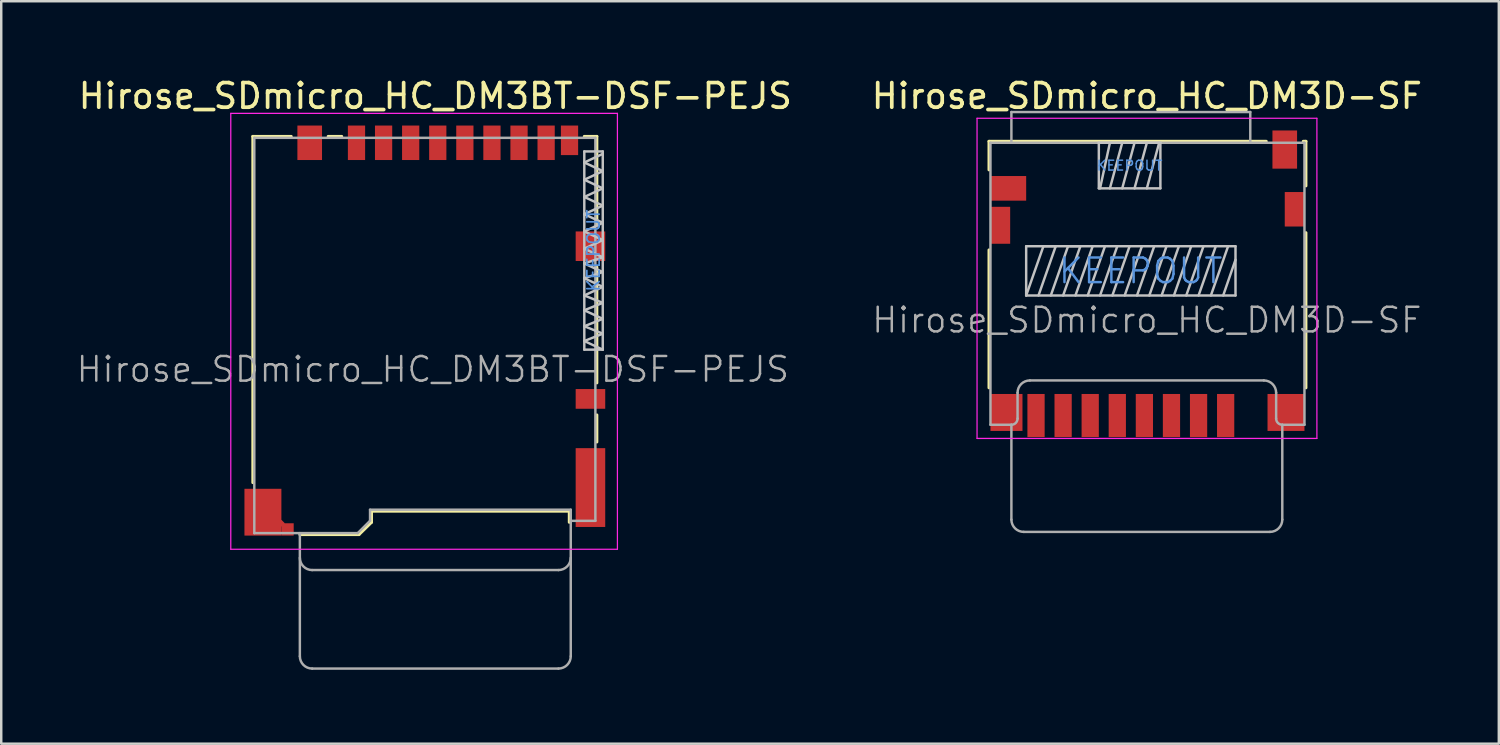
<source format=kicad_pcb>
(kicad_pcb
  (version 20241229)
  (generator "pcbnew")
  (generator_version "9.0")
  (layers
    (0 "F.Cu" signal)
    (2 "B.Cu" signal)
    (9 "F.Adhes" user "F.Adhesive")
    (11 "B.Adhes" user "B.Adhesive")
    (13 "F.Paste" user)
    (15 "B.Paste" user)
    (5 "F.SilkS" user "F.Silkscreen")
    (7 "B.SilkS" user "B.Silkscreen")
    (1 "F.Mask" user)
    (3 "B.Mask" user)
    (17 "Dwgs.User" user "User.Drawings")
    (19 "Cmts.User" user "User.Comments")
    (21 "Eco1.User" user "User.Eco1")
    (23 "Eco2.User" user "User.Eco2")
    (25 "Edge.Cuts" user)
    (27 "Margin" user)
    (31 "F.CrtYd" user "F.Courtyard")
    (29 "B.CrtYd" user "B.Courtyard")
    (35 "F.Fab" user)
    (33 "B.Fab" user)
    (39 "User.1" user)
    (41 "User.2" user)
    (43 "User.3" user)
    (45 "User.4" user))
  (footprint "Hirose_SDmicro_HC_DM3D-SF"
    (layer "F.Cu")
    (at 43.544 8.473)
    (property "Reference" "Hirose_SDmicro_HC_DM3D-SF" (at -0.025 -7.625 0) (layer "F.SilkS") (effects (font (size 1 1) (thickness 0.15))))
    (attr smd)
    (fp_line (start -6.435 -5.785) (end 4.825 -5.785) (stroke (width 0.12) (type solid)) (layer "F.SilkS"))
    (fp_line (start -6.435 -4.625) (end -6.435 -5.785) (stroke (width 0.12) (type solid)) (layer "F.SilkS"))
    (fp_line (start -6.435 -1.375) (end -6.435 4.225) (stroke (width 0.12) (type solid)) (layer "F.SilkS"))
    (fp_line (start 6.325 -5.785) (end 6.435 -5.785) (stroke (width 0.12) (type solid)) (layer "F.SilkS"))
    (fp_line (start 6.435 -5.785) (end 6.435 -3.975) (stroke (width 0.12) (type solid)) (layer "F.SilkS"))
    (fp_line (start 6.435 -2.075) (end 6.435 4.225) (stroke (width 0.12) (type solid)) (layer "F.SilkS"))
    (fp_line (start -4.925 -1.525) (end -4.925 0.475) (stroke (width 0.1) (type solid)) (layer "Dwgs.User"))
    (fp_line (start -4.925 -1.525) (end 3.575 -1.525) (stroke (width 0.1) (type solid)) (layer "Dwgs.User"))
    (fp_line (start -4.925 0.475) (end -4.225 -1.525) (stroke (width 0.1) (type solid)) (layer "Dwgs.User"))
    (fp_line (start -4.925 0.475) (end 3.575 0.475) (stroke (width 0.1) (type solid)) (layer "Dwgs.User"))
    (fp_line (start -4.425 0.475) (end -3.725 -1.525) (stroke (width 0.1) (type solid)) (layer "Dwgs.User"))
    (fp_line (start -4.225 -1.525) (end -3.725 -1.525) (stroke (width 0.1) (type solid)) (layer "Dwgs.User"))
    (fp_line (start -3.925 0.475) (end -3.225 -1.525) (stroke (width 0.1) (type solid)) (layer "Dwgs.User"))
    (fp_line (start -3.425 0.475) (end -2.725 -1.525) (stroke (width 0.1) (type solid)) (layer "Dwgs.User"))
    (fp_line (start -3.225 -1.525) (end -2.725 -1.525) (stroke (width 0.1) (type solid)) (layer "Dwgs.User"))
    (fp_line (start -2.925 0.475) (end -2.225 -1.525) (stroke (width 0.1) (type solid)) (layer "Dwgs.User"))
    (fp_line (start -2.425 0.475) (end -1.725 -1.525) (stroke (width 0.1) (type solid)) (layer "Dwgs.User"))
    (fp_line (start -1.975 -5.725) (end -1.975 -3.875) (stroke (width 0.1) (type solid)) (layer "Dwgs.User"))
    (fp_line (start -1.925 -3.875) (end -1.525 -5.725) (stroke (width 0.1) (type solid)) (layer "Dwgs.User"))
    (fp_line (start -1.925 0.475) (end -1.225 -1.525) (stroke (width 0.1) (type solid)) (layer "Dwgs.User"))
    (fp_line (start -1.425 0.475) (end -0.725 -1.525) (stroke (width 0.1) (type solid)) (layer "Dwgs.User"))
    (fp_line (start -1.025 -5.725) (end -1.525 -3.875) (stroke (width 0.1) (type solid)) (layer "Dwgs.User"))
    (fp_line (start -1.025 -3.875) (end -0.525 -5.725) (stroke (width 0.1) (type solid)) (layer "Dwgs.User"))
    (fp_line (start -0.925 0.475) (end -0.225 -1.525) (stroke (width 0.1) (type solid)) (layer "Dwgs.User"))
    (fp_line (start -0.425 0.475) (end 0.275 -1.525) (stroke (width 0.1) (type solid)) (layer "Dwgs.User"))
    (fp_line (start -0.025 -5.725) (end -0.525 -3.875) (stroke (width 0.1) (type solid)) (layer "Dwgs.User"))
    (fp_line (start -0.025 -3.875) (end 0.475 -5.725) (stroke (width 0.1) (type solid)) (layer "Dwgs.User"))
    (fp_line (start 0.075 0.475) (end 0.775 -1.525) (stroke (width 0.1) (type solid)) (layer "Dwgs.User"))
    (fp_line (start 0.525 -5.725) (end -1.975 -5.725) (stroke (width 0.1) (type solid)) (layer "Dwgs.User"))
    (fp_line (start 0.525 -3.875) (end -1.975 -3.875) (stroke (width 0.1) (type solid)) (layer "Dwgs.User"))
    (fp_line (start 0.525 -3.875) (end 0.525 -5.725) (stroke (width 0.1) (type solid)) (layer "Dwgs.User"))
    (fp_line (start 0.575 0.475) (end 1.275 -1.525) (stroke (width 0.1) (type solid)) (layer "Dwgs.User"))
    (fp_line (start 1.075 0.475) (end 1.775 -1.525) (stroke (width 0.1) (type solid)) (layer "Dwgs.User"))
    (fp_line (start 1.575 0.475) (end 2.275 -1.525) (stroke (width 0.1) (type solid)) (layer "Dwgs.User"))
    (fp_line (start 2.075 0.475) (end 2.775 -1.525) (stroke (width 0.1) (type solid)) (layer "Dwgs.User"))
    (fp_line (start 2.575 0.475) (end 3.275 -1.525) (stroke (width 0.1) (type solid)) (layer "Dwgs.User"))
    (fp_line (start 3.075 0.475) (end 3.575 -0.975) (stroke (width 0.1) (type solid)) (layer "Dwgs.User"))
    (fp_line (start 3.575 0.475) (end 3.575 -1.525) (stroke (width 0.1) (type solid)) (layer "Dwgs.User"))
    (fp_line (start -6.92 -6.72) (end 6.88 -6.72) (stroke (width 0.05) (type solid)) (layer "F.CrtYd"))
    (fp_line (start -6.92 6.28) (end -6.92 -6.72) (stroke (width 0.05) (type solid)) (layer "F.CrtYd"))
    (fp_line (start 6.88 -6.72) (end 6.88 6.28) (stroke (width 0.05) (type solid)) (layer "F.CrtYd"))
    (fp_line (start 6.88 6.28) (end -6.92 6.28) (stroke (width 0.05) (type solid)) (layer "F.CrtYd"))
    (fp_line (start -6.375 -5.725) (end 6.375 -5.725) (stroke (width 0.1) (type solid)) (layer "F.Fab"))
    (fp_line (start -6.375 5.725) (end -6.375 -5.725) (stroke (width 0.1) (type solid)) (layer "F.Fab"))
    (fp_line (start -6.375 5.725) (end -5.525 5.725) (stroke (width 0.1) (type solid)) (layer "F.Fab"))
    (fp_line (start -5.525 -6.975) (end 4.175 -6.975) (stroke (width 0.1) (type solid)) (layer "F.Fab"))
    (fp_line (start -5.525 -5.725) (end -5.525 -6.975) (stroke (width 0.1) (type solid)) (layer "F.Fab"))
    (fp_line (start -5.525 5.725) (end -5.525 9.575) (stroke (width 0.1) (type solid)) (layer "F.Fab"))
    (fp_line (start -5.275 5.475) (end -5.275 4.425) (stroke (width 0.1) (type solid)) (layer "F.Fab"))
    (fp_line (start -5.025 10.075) (end 4.975 10.075) (stroke (width 0.1) (type solid)) (layer "F.Fab"))
    (fp_line (start -4.775 3.925) (end 4.725 3.925) (stroke (width 0.1) (type solid)) (layer "F.Fab"))
    (fp_line (start 4.175 -5.725) (end 4.175 -6.975) (stroke (width 0.1) (type solid)) (layer "F.Fab"))
    (fp_line (start 5.225 5.475) (end 5.225 4.425) (stroke (width 0.1) (type solid)) (layer "F.Fab"))
    (fp_line (start 5.475 5.725) (end 6.375 5.725) (stroke (width 0.1) (type solid)) (layer "F.Fab"))
    (fp_line (start 5.475 9.575) (end 5.475 5.725) (stroke (width 0.1) (type solid)) (layer "F.Fab"))
    (fp_line (start 6.375 5.725) (end 6.375 -5.725) (stroke (width 0.1) (type solid)) (layer "F.Fab"))
    (fp_arc (start -5.275 4.425) (mid -5.128553 4.071447) (end -4.775 3.925) (stroke (width 0.1) (type solid)) (layer "F.Fab"))
    (fp_arc (start -5.275 5.475) (mid -5.348223 5.651777) (end -5.525 5.725) (stroke (width 0.1) (type solid)) (layer "F.Fab"))
    (fp_arc (start -5.025 10.075) (mid -5.378553 9.928553) (end -5.525 9.575) (stroke (width 0.1) (type solid)) (layer "F.Fab"))
    (fp_arc (start 4.725 3.925) (mid 5.078553 4.071447) (end 5.225 4.425) (stroke (width 0.1) (type solid)) (layer "F.Fab"))
    (fp_arc (start 5.475 5.725) (mid 5.298223 5.651777) (end 5.225 5.475) (stroke (width 0.1) (type solid)) (layer "F.Fab"))
    (fp_arc (start 5.475 9.575) (mid 5.328553 9.928553) (end 4.975 10.075) (stroke (width 0.1) (type solid)) (layer "F.Fab"))
    (fp_text user "KEEPOUT" (at -0.275 -0.525 0) (layer "Cmts.User") (effects (font (size 1 1) (thickness 0.1))))
    (fp_text user "KEEPOUT" (at -0.725 -4.8 0) (layer "Cmts.User") (effects (font (size 0.4 0.4) (thickness 0.06))))
    (fp_text user "${REFERENCE}" (at -0.025 1.475 0) (layer "F.Fab") (effects (font (size 1 1) (thickness 0.1))))
    (pad "1" smd rect (at 3.175 5.35) (size 0.7 1.75) (layers "F.Cu" "F.Mask" "F.Paste"))
    (pad "2" smd rect (at 2.075 5.35) (size 0.7 1.75) (layers "F.Cu" "F.Mask" "F.Paste"))
    (pad "3" smd rect (at 0.975 5.35) (size 0.7 1.75) (layers "F.Cu" "F.Mask" "F.Paste"))
    (pad "4" smd rect (at -0.125 5.35) (size 0.7 1.75) (layers "F.Cu" "F.Mask" "F.Paste"))
    (pad "5" smd rect (at -1.225 5.35) (size 0.7 1.75) (layers "F.Cu" "F.Mask" "F.Paste"))
    (pad "6" smd rect (at -2.325 5.35) (size 0.7 1.75) (layers "F.Cu" "F.Mask" "F.Paste"))
    (pad "7" smd rect (at -3.425 5.35) (size 0.7 1.75) (layers "F.Cu" "F.Mask" "F.Paste"))
    (pad "8" smd rect (at -4.525 5.35) (size 0.7 1.75) (layers "F.Cu" "F.Mask" "F.Paste"))
    (pad "9" smd rect (at -5.65 -3.875) (size 1.45 1) (layers "F.Cu" "F.Mask" "F.Paste"))
    (pad "10" smd rect (at 5.575 -5.45) (size 1 1.55) (layers "F.Cu" "F.Mask" "F.Paste"))
    (pad "11" smd rect (at -5.975 -2.375) (size 0.8 1.5) (layers "F.Cu" "F.Mask" "F.Paste"))
    (pad "11" smd rect (at -5.725 5.225) (size 1.3 1.5) (layers "F.Cu" "F.Mask" "F.Paste"))
    (pad "11" smd rect (at 5.625 5.225) (size 1.5 1.5) (layers "F.Cu" "F.Mask" "F.Paste"))
    (pad "11" smd rect (at 5.975 -3.025) (size 0.8 1.4) (layers "F.Cu" "F.Mask" "F.Paste")))
  (footprint "Hirose_SDmicro_HC_DM3BT-DSF-PEJS"
    (layer "F.Cu")
    (at 14.201 10.373)
    (property "Reference" "Hirose_SDmicro_HC_DM3BT-DSF-PEJS" (at 0.425 -9.525 0) (layer "F.SilkS") (effects (font (size 1 1) (thickness 0.15))))
    (attr smd)
    (fp_line (start -6.985 -7.885) (end -6.985 6.175) (stroke (width 0.12) (type solid)) (layer "F.SilkS"))
    (fp_line (start -6.985 -7.885) (end -5.425 -7.885) (stroke (width 0.12) (type solid)) (layer "F.SilkS"))
    (fp_line (start -5.075 8.285) (end -2.675 8.285) (stroke (width 0.12) (type solid)) (layer "F.SilkS"))
    (fp_line (start -3.375 -7.885) (end -3.925 -7.885) (stroke (width 0.12) (type solid)) (layer "F.SilkS"))
    (fp_line (start -2.665 8.275) (end -2.165 7.785) (stroke (width 0.12) (type solid)) (layer "F.SilkS"))
    (fp_line (start -2.165 7.335) (end -2.165 7.785) (stroke (width 0.12) (type solid)) (layer "F.SilkS"))
    (fp_line (start 5.865 7.335) (end -2.165 7.335) (stroke (width 0.12) (type solid)) (layer "F.SilkS"))
    (fp_line (start 5.865 7.335) (end 5.865 7.785) (stroke (width 0.12) (type solid)) (layer "F.SilkS"))
    (fp_line (start 6.475 -7.885) (end 6.985 -7.885) (stroke (width 0.12) (type solid)) (layer "F.SilkS"))
    (fp_line (start 6.985 -7.885) (end 6.985 -4.275) (stroke (width 0.12) (type solid)) (layer "F.SilkS"))
    (fp_line (start 6.985 -2.575) (end 6.985 2.125) (stroke (width 0.12) (type solid)) (layer "F.SilkS"))
    (fp_line (start 6.985 3.425) (end 6.985 4.525) (stroke (width 0.12) (type solid)) (layer "F.SilkS"))
    (fp_line (start 6.475 -6.825) (end 7.225 -7.175) (stroke (width 0.1) (type solid)) (layer "Dwgs.User"))
    (fp_line (start 6.475 -6.125) (end 7.225 -6.475) (stroke (width 0.1) (type solid)) (layer "Dwgs.User"))
    (fp_line (start 6.475 -5.425) (end 7.225 -5.775) (stroke (width 0.1) (type solid)) (layer "Dwgs.User"))
    (fp_line (start 6.475 -4.725) (end 7.225 -5.075) (stroke (width 0.1) (type solid)) (layer "Dwgs.User"))
    (fp_line (start 6.475 -4.025) (end 7.225 -4.375) (stroke (width 0.1) (type solid)) (layer "Dwgs.User"))
    (fp_line (start 6.475 -3.325) (end 7.225 -3.675) (stroke (width 0.1) (type solid)) (layer "Dwgs.User"))
    (fp_line (start 6.475 -2.725) (end 7.225 -2.975) (stroke (width 0.1) (type solid)) (layer "Dwgs.User"))
    (fp_line (start 6.475 -2.125) (end 7.225 -2.375) (stroke (width 0.1) (type solid)) (layer "Dwgs.User"))
    (fp_line (start 6.475 -1.425) (end 7.225 -1.775) (stroke (width 0.1) (type solid)) (layer "Dwgs.User"))
    (fp_line (start 6.475 -0.825) (end 7.225 -1.125) (stroke (width 0.1) (type solid)) (layer "Dwgs.User"))
    (fp_line (start 6.475 -0.175) (end 7.225 -0.475) (stroke (width 0.1) (type solid)) (layer "Dwgs.User"))
    (fp_line (start 6.475 0.425) (end 7.225 0.125) (stroke (width 0.1) (type solid)) (layer "Dwgs.User"))
    (fp_line (start 6.475 0.775) (end 6.475 -7.275) (stroke (width 0.1) (type solid)) (layer "Dwgs.User"))
    (fp_line (start 7.225 -7.275) (end 6.475 -7.275) (stroke (width 0.1) (type solid)) (layer "Dwgs.User"))
    (fp_line (start 7.225 -6.475) (end 6.475 -6.825) (stroke (width 0.1) (type solid)) (layer "Dwgs.User"))
    (fp_line (start 7.225 -5.775) (end 6.475 -6.125) (stroke (width 0.1) (type solid)) (layer "Dwgs.User"))
    (fp_line (start 7.225 -5.075) (end 6.475 -5.425) (stroke (width 0.1) (type solid)) (layer "Dwgs.User"))
    (fp_line (start 7.225 -4.375) (end 6.475 -4.725) (stroke (width 0.1) (type solid)) (layer "Dwgs.User"))
    (fp_line (start 7.225 -3.675) (end 6.475 -4.025) (stroke (width 0.1) (type solid)) (layer "Dwgs.User"))
    (fp_line (start 7.225 -2.975) (end 6.475 -3.325) (stroke (width 0.1) (type solid)) (layer "Dwgs.User"))
    (fp_line (start 7.225 -2.375) (end 6.475 -2.725) (stroke (width 0.1) (type solid)) (layer "Dwgs.User"))
    (fp_line (start 7.225 -1.775) (end 6.475 -2.125) (stroke (width 0.1) (type solid)) (layer "Dwgs.User"))
    (fp_line (start 7.225 -1.125) (end 6.475 -1.425) (stroke (width 0.1) (type solid)) (layer "Dwgs.User"))
    (fp_line (start 7.225 -0.475) (end 6.475 -0.825) (stroke (width 0.1) (type solid)) (layer "Dwgs.User"))
    (fp_line (start 7.225 0.125) (end 6.475 -0.175) (stroke (width 0.1) (type solid)) (layer "Dwgs.User"))
    (fp_line (start 7.225 0.775) (end 6.475 0.425) (stroke (width 0.1) (type solid)) (layer "Dwgs.User"))
    (fp_line (start 7.225 0.775) (end 6.475 0.775) (stroke (width 0.1) (type solid)) (layer "Dwgs.User"))
    (fp_line (start 7.225 0.775) (end 7.225 -7.275) (stroke (width 0.1) (type solid)) (layer "Dwgs.User"))
    (fp_line (start -7.88 -8.82) (end 7.82 -8.82) (stroke (width 0.05) (type solid)) (layer "F.CrtYd"))
    (fp_line (start -7.88 8.88) (end -7.88 -8.82) (stroke (width 0.05) (type solid)) (layer "F.CrtYd"))
    (fp_line (start 7.82 -8.82) (end 7.82 8.88) (stroke (width 0.05) (type solid)) (layer "F.CrtYd"))
    (fp_line (start 7.82 8.88) (end -7.88 8.88) (stroke (width 0.05) (type solid)) (layer "F.CrtYd"))
    (fp_line (start -6.925 -7.825) (end 6.925 -7.825) (stroke (width 0.1) (type solid)) (layer "F.Fab"))
    (fp_line (start -6.925 8.225) (end -6.925 -7.825) (stroke (width 0.1) (type solid)) (layer "F.Fab"))
    (fp_line (start -6.925 8.225) (end -2.725 8.225) (stroke (width 0.1) (type solid)) (layer "F.Fab"))
    (fp_line (start -5.075 8.225) (end -5.075 13.225) (stroke (width 0.1) (type solid)) (layer "F.Fab"))
    (fp_line (start -4.575 9.725) (end 5.425 9.725) (stroke (width 0.1) (type solid)) (layer "F.Fab"))
    (fp_line (start -4.575 13.725) (end 5.425 13.725) (stroke (width 0.1) (type solid)) (layer "F.Fab"))
    (fp_line (start -2.225 7.275) (end -2.225 7.725) (stroke (width 0.1) (type solid)) (layer "F.Fab"))
    (fp_line (start -2.225 7.275) (end 5.925 7.275) (stroke (width 0.1) (type solid)) (layer "F.Fab"))
    (fp_line (start -2.225 7.725) (end -2.725 8.225) (stroke (width 0.1) (type solid)) (layer "F.Fab"))
    (fp_line (start 5.925 13.225) (end 5.925 7.275) (stroke (width 0.1) (type solid)) (layer "F.Fab"))
    (fp_line (start 6.925 7.725) (end 5.925 7.725) (stroke (width 0.1) (type solid)) (layer "F.Fab"))
    (fp_line (start 6.925 7.725) (end 6.925 -7.825) (stroke (width 0.1) (type solid)) (layer "F.Fab"))
    (fp_arc (start -4.575 9.725) (mid -4.928553 9.578553) (end -5.075 9.225) (stroke (width 0.1) (type solid)) (layer "F.Fab"))
    (fp_arc (start -4.575 13.725) (mid -4.928553 13.578553) (end -5.075 13.225) (stroke (width 0.1) (type solid)) (layer "F.Fab"))
    (fp_arc (start 5.925 9.225) (mid 5.778553 9.578553) (end 5.425 9.725) (stroke (width 0.1) (type solid)) (layer "F.Fab"))
    (fp_arc (start 5.925 13.225) (mid 5.778553 13.578553) (end 5.425 13.725) (stroke (width 0.1) (type solid)) (layer "F.Fab"))
    (fp_text user "KEEPOUT" (at 6.85 -3.25 90) (layer "Cmts.User") (effects (font (size 0.5 0.5) (thickness 0.07))))
    (fp_text user "${REFERENCE}" (at 0.325 1.575 0) (layer "F.Fab") (effects (font (size 1 1) (thickness 0.1))))
    (pad "1" smd rect (at -2.775 -7.625) (size 0.7 1.4) (layers "F.Cu" "F.Mask" "F.Paste"))
    (pad "2" smd rect (at -1.675 -7.625) (size 0.7 1.4) (layers "F.Cu" "F.Mask" "F.Paste"))
    (pad "3" smd rect (at -0.575 -7.625) (size 0.7 1.4) (layers "F.Cu" "F.Mask" "F.Paste"))
    (pad "4" smd rect (at 0.525 -7.625) (size 0.7 1.4) (layers "F.Cu" "F.Mask" "F.Paste"))
    (pad "5" smd rect (at 1.625 -7.625) (size 0.7 1.4) (layers "F.Cu" "F.Mask" "F.Paste"))
    (pad "6" smd rect (at 2.725 -7.625) (size 0.7 1.4) (layers "F.Cu" "F.Mask" "F.Paste"))
    (pad "7" smd rect (at 3.825 -7.625) (size 0.7 1.4) (layers "F.Cu" "F.Mask" "F.Paste"))
    (pad "8" smd rect (at 4.925 -7.625) (size 0.7 1.4) (layers "F.Cu" "F.Mask" "F.Paste"))
    (pad "9" smd rect (at 5.875 -7.725) (size 0.7 1.2) (layers "F.Cu" "F.Mask" "F.Paste"))
    (pad "10" smd rect (at 6.725 2.775) (size 1.2 0.8) (layers "F.Cu" "F.Mask" "F.Paste"))
    (pad "11" smd rect (at -6.575 7.375) (size 1.5 1.9) (layers "F.Cu" "F.Mask" "F.Paste"))
    (pad "11" smd rect (at -5.825 7.825 45) (size 0.2 0.2) (layers "F.Cu" "F.Mask" "F.Paste"))
    (pad "11" smd rect (at -5.575 8.075) (size 0.5 0.5) (layers "F.Cu" "F.Mask" "F.Paste"))
    (pad "11" smd rect (at -4.675 -7.625) (size 1 1.4) (layers "F.Cu" "F.Mask" "F.Paste"))
    (pad "11" smd rect (at 6.725 -3.425) (size 1.2 1.2) (layers "F.Cu" "F.Mask" "F.Paste"))
    (pad "11" smd rect (at 6.725 6.375) (size 1.2 3.2) (layers "F.Cu" "F.Mask" "F.Paste")))
  (gr_rect
    (start -3 -3)
    (end 57.811 27.148)
    (stroke (width 0.1) (type default))
    (fill no)
    (layer "Edge.Cuts")))
</source>
